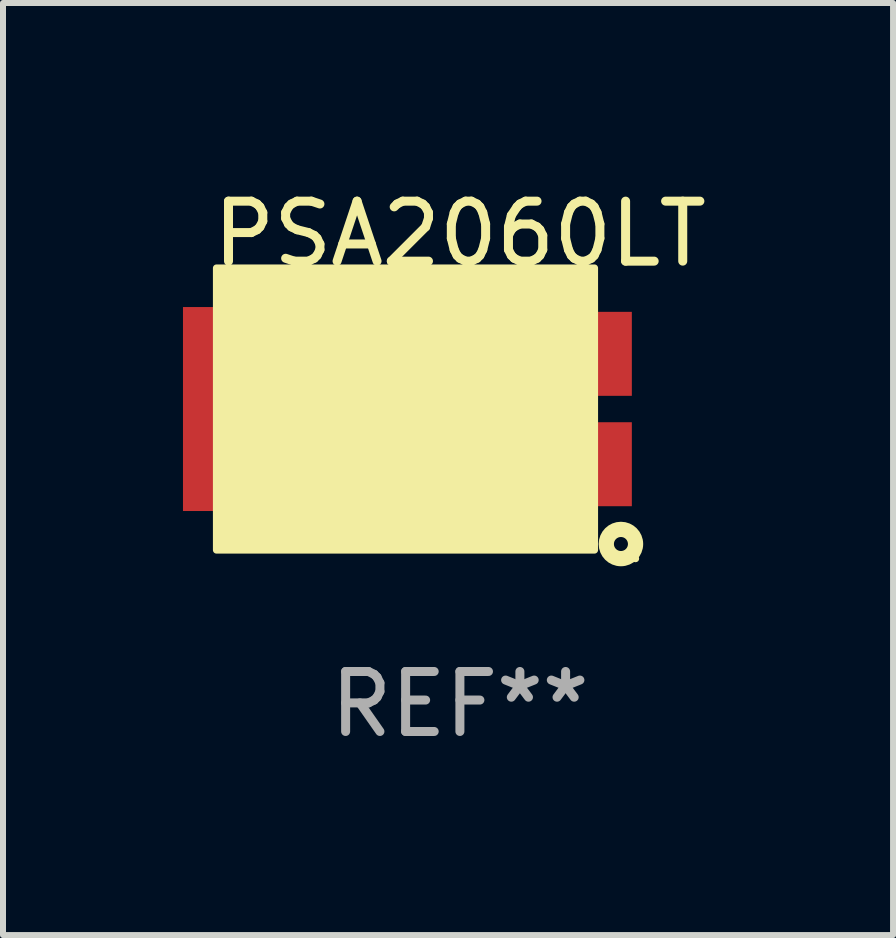
<source format=kicad_pcb>
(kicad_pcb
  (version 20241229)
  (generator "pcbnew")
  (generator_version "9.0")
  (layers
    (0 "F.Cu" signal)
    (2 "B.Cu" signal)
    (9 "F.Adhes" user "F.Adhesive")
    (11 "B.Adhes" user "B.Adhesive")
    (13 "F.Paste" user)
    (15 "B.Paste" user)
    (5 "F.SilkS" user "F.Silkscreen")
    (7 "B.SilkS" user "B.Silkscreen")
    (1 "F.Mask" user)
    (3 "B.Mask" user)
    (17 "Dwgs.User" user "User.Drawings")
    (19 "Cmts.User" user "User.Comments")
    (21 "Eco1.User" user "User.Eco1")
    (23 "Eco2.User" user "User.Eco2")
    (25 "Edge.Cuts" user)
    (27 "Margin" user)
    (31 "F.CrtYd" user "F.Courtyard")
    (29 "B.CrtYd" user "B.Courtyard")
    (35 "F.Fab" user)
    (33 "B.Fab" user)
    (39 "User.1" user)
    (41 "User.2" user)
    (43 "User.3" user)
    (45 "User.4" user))
  (footprint "PSA2060LT"
    (layer "F.Cu")
    (at 4.616 3.768)
    (property "Reference" "PSA2060LT" (at 0 -2.92 0) (layer "F.SilkS") (effects (font (size 1 1) (thickness 0.15))))
    (attr through_hole)
    (fp_circle (center 2.684 2.25) (end 2.801 2.25) (stroke (width 0.254) (type solid)) (fill no) (layer "F.SilkS"))
    (fp_circle (center 2.928 2.494) (end 2.958 2.494) (stroke (width 0.06) (type solid)) (fill no) (layer "F.SilkS"))
    (fp_poly (pts (xy -4.057 -2.35) (xy 2.243 -2.35) (xy 2.243 2.35) (xy -4.057 2.35)) (stroke (width 0.12) (type solid)) (fill yes) (layer "F.SilkS"))
    (fp_text user "REF**" (at 0 4.92 0) (layer "F.Fab") (effects (font (size 1 1) (thickness 0.15))))
    (pad "1" smd rect (at 2.166 0.92 90) (size 1.4 1.4) (layers "F.Cu" "F.Mask" "F.Paste"))
    (pad "2" smd rect (at 2.166 -0.92 90) (size 1.4 1.4) (layers "F.Cu" "F.Mask" "F.Paste"))
    (pad "3" smd rect (at -2.166 0 90) (size 3.4 4.9) (layers "F.Cu" "F.Mask" "F.Paste")))
  (gr_rect
    (start -3 -3)
    (end 11.836 12.536)
    (stroke (width 0.1) (type default))
    (fill no)
    (layer "Edge.Cuts")))
</source>
